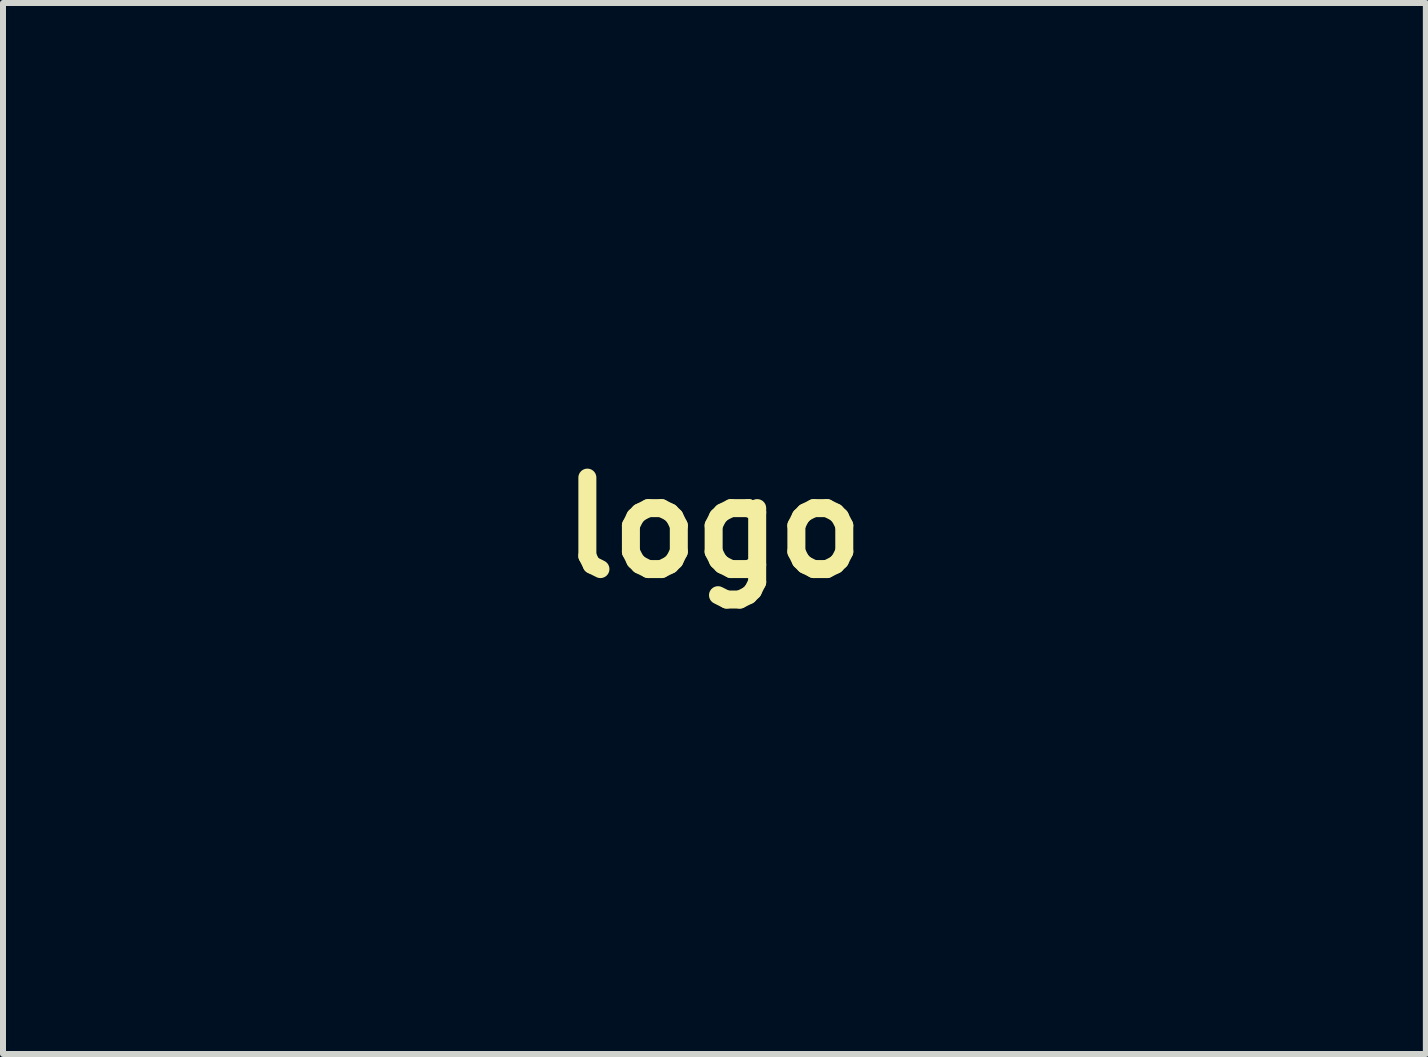
<source format=kicad_pcb>
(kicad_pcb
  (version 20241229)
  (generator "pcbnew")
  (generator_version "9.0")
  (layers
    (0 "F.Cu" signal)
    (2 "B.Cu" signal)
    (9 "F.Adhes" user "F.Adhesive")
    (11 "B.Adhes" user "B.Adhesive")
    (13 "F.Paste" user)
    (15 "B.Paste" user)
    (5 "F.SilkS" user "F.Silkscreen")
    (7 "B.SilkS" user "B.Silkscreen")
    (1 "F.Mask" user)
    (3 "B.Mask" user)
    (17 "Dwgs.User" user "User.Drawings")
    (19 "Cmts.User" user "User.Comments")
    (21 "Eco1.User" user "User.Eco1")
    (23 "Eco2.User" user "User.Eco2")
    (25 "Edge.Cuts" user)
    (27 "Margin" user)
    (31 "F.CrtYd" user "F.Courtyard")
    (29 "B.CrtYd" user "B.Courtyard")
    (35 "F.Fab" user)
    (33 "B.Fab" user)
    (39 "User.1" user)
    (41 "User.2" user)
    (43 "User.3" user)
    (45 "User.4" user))
  (footprint "logo"
    (layer "F.Cu")
    (at 8.844 5.745)
    (property "Reference" "logo" (at 0 0 0) (layer "F.SilkS") (effects (font (size 1.524 1.524) (thickness 0.3))))
    (attr through_hole)
    (fp_poly (pts (xy -2.292 -3.843) (xy -2.213 -3.792) (xy -2.155 -3.714) (xy -2.128 -3.617) (xy -2.137 -3.517) (xy -2.184 -3.422) (xy -2.261 -3.353) (xy -2.354 -3.315) (xy -2.451 -3.317) (xy -2.479 -3.326) (xy -2.565 -3.387) (xy -2.621 -3.477) (xy -2.643 -3.581) (xy -2.628 -3.686) (xy -2.575 -3.778) (xy -2.567 -3.787) (xy -2.478 -3.846) (xy -2.383 -3.863) (xy -2.292 -3.843)) (stroke (width 0.01) (type solid)) (fill yes) (layer "F.Mask"))
    (fp_poly (pts (xy -4.79 2.613) (xy -4.642 2.682) (xy -4.514 2.794) (xy -4.41 2.947) (xy -4.387 2.996) (xy -4.351 3.113) (xy -4.328 3.262) (xy -4.32 3.422) (xy -4.328 3.577) (xy -4.351 3.708) (xy -4.352 3.71) (xy -4.425 3.893) (xy -4.527 4.037) (xy -4.655 4.14) (xy -4.804 4.2) (xy -4.944 4.215) (xy -5.044 4.208) (xy -5.138 4.19) (xy -5.182 4.176) (xy -5.318 4.09) (xy -5.429 3.961) (xy -5.512 3.794) (xy -5.566 3.59) (xy -5.568 3.582) (xy -5.583 3.389) (xy -5.564 3.201) (xy -5.515 3.025) (xy -5.44 2.871) (xy -5.341 2.744) (xy -5.222 2.653) (xy -5.131 2.616) (xy -4.955 2.591) (xy -4.79 2.613)) (stroke (width 0.01) (type solid)) (fill yes) (layer "F.Mask"))
    (fp_poly (pts (xy 5.038 2.587) (xy 5.184 2.651) (xy 5.305 2.757) (xy 5.401 2.908) (xy 5.437 2.989) (xy 5.475 3.131) (xy 5.495 3.302) (xy 5.497 3.484) (xy 5.481 3.658) (xy 5.45 3.792) (xy 5.397 3.912) (xy 5.32 4.029) (xy 5.231 4.128) (xy 5.14 4.195) (xy 5.119 4.205) (xy 5.012 4.236) (xy 4.89 4.253) (xy 4.779 4.252) (xy 4.737 4.244) (xy 4.574 4.179) (xy 4.442 4.073) (xy 4.342 3.928) (xy 4.274 3.743) (xy 4.244 3.583) (xy 4.234 3.413) (xy 4.243 3.237) (xy 4.27 3.073) (xy 4.313 2.94) (xy 4.313 2.938) (xy 4.406 2.78) (xy 4.522 2.666) (xy 4.664 2.595) (xy 4.833 2.567) (xy 4.864 2.567) (xy 5.038 2.587)) (stroke (width 0.01) (type solid)) (fill yes) (layer "F.Mask"))
    (fp_poly (pts (xy -2.461 -3.187) (xy -2.348 -3.179) (xy -2.252 -3.167) (xy -2.186 -3.152) (xy -2.166 -3.142) (xy -2.156 -3.125) (xy -2.147 -3.093) (xy -2.141 -3.041) (xy -2.136 -2.964) (xy -2.133 -2.857) (xy -2.132 -2.716) (xy -2.131 -2.534) (xy -2.132 -2.307) (xy -2.132 -2.281) (xy -2.133 -2.08) (xy -2.132 -1.894) (xy -2.13 -1.73) (xy -2.128 -1.593) (xy -2.125 -1.491) (xy -2.122 -1.43) (xy -2.12 -1.416) (xy -2.099 -1.391) (xy -2.056 -1.383) (xy -1.982 -1.389) (xy -1.901 -1.394) (xy -1.849 -1.382) (xy -1.807 -1.349) (xy -1.762 -1.272) (xy -1.758 -1.181) (xy -1.797 -1.095) (xy -1.801 -1.089) (xy -1.83 -1.059) (xy -1.864 -1.042) (xy -1.916 -1.035) (xy -2 -1.036) (xy -2.049 -1.038) (xy -2.195 -1.045) (xy -2.303 -1.049) (xy -2.387 -1.049) (xy -2.461 -1.047) (xy -2.538 -1.041) (xy -2.618 -1.033) (xy -2.719 -1.024) (xy -2.785 -1.024) (xy -2.829 -1.035) (xy -2.866 -1.058) (xy -2.87 -1.062) (xy -2.917 -1.12) (xy -2.931 -1.202) (xy -2.931 -1.206) (xy -2.913 -1.302) (xy -2.858 -1.363) (xy -2.764 -1.391) (xy -2.681 -1.393) (xy -2.553 -1.384) (xy -2.553 -2.832) (xy -2.673 -2.825) (xy -2.792 -2.83) (xy -2.873 -2.865) (xy -2.921 -2.933) (xy -2.921 -2.934) (xy -2.93 -3.016) (xy -2.905 -3.098) (xy -2.854 -3.159) (xy -2.836 -3.169) (xy -2.78 -3.182) (xy -2.69 -3.189) (xy -2.58 -3.19) (xy -2.461 -3.187)) (stroke (width 0.01) (type solid)) (fill yes) (layer "F.Mask"))
    (fp_poly (pts (xy 3.579 -3.831) (xy 3.631 -3.814) (xy 3.666 -3.775) (xy 3.687 -3.708) (xy 3.698 -3.605) (xy 3.704 -3.469) (xy 3.713 -3.175) (xy 3.96 -3.175) (xy 4.096 -3.172) (xy 4.189 -3.161) (xy 4.25 -3.138) (xy 4.285 -3.1) (xy 4.305 -3.042) (xy 4.308 -3.023) (xy 4.308 -2.94) (xy 4.271 -2.869) (xy 4.268 -2.864) (xy 4.24 -2.832) (xy 4.211 -2.812) (xy 4.168 -2.8) (xy 4.101 -2.795) (xy 3.997 -2.794) (xy 3.961 -2.794) (xy 3.708 -2.794) (xy 3.708 -2.184) (xy 3.709 -1.964) (xy 3.713 -1.79) (xy 3.719 -1.655) (xy 3.73 -1.554) (xy 3.747 -1.481) (xy 3.769 -1.431) (xy 3.799 -1.398) (xy 3.837 -1.376) (xy 3.847 -1.372) (xy 3.937 -1.363) (xy 4.023 -1.397) (xy 4.064 -1.435) (xy 4.084 -1.486) (xy 4.101 -1.586) (xy 4.114 -1.729) (xy 4.116 -1.755) (xy 4.126 -1.889) (xy 4.138 -1.981) (xy 4.154 -2.041) (xy 4.176 -2.08) (xy 4.178 -2.083) (xy 4.247 -2.125) (xy 4.333 -2.132) (xy 4.415 -2.105) (xy 4.448 -2.079) (xy 4.472 -2.052) (xy 4.487 -2.019) (xy 4.494 -1.971) (xy 4.495 -1.896) (xy 4.491 -1.784) (xy 4.489 -1.756) (xy 4.466 -1.526) (xy 4.419 -1.341) (xy 4.348 -1.198) (xy 4.25 -1.094) (xy 4.124 -1.027) (xy 3.968 -0.994) (xy 3.88 -0.991) (xy 3.745 -1.001) (xy 3.634 -1.035) (xy 3.606 -1.048) (xy 3.483 -1.138) (xy 3.391 -1.267) (xy 3.349 -1.369) (xy 3.339 -1.425) (xy 3.33 -1.527) (xy 3.322 -1.67) (xy 3.315 -1.848) (xy 3.31 -2.058) (xy 3.309 -2.127) (xy 3.298 -2.794) (xy 3.209 -2.794) (xy 3.106 -2.808) (xy 3.038 -2.852) (xy 3.003 -2.916) (xy 2.992 -3.002) (xy 3.01 -3.065) (xy 3.05 -3.13) (xy 3.108 -3.164) (xy 3.199 -3.175) (xy 3.212 -3.175) (xy 3.295 -3.175) (xy 3.307 -3.454) (xy 3.316 -3.603) (xy 3.332 -3.708) (xy 3.359 -3.777) (xy 3.399 -3.816) (xy 3.457 -3.833) (xy 3.504 -3.835) (xy 3.579 -3.831)) (stroke (width 0.01) (type solid)) (fill yes) (layer "F.Mask"))
    (fp_poly (pts (xy 6.703 -3.185) (xy 6.803 -3.176) (xy 6.871 -3.16) (xy 6.913 -3.134) (xy 6.935 -3.098) (xy 6.944 -3.048) (xy 6.944 -3.013) (xy 6.929 -2.921) (xy 6.881 -2.864) (xy 6.795 -2.837) (xy 6.738 -2.833) (xy 6.618 -2.832) (xy 6.511 -2.54) (xy 6.471 -2.431) (xy 6.418 -2.285) (xy 6.356 -2.114) (xy 6.288 -1.928) (xy 6.22 -1.739) (xy 6.184 -1.638) (xy 6.088 -1.378) (xy 6.005 -1.16) (xy 5.932 -0.981) (xy 5.866 -0.833) (xy 5.804 -0.713) (xy 5.745 -0.614) (xy 5.685 -0.531) (xy 5.651 -0.491) (xy 5.511 -0.364) (xy 5.347 -0.273) (xy 5.171 -0.22) (xy 4.992 -0.209) (xy 4.88 -0.227) (xy 4.762 -0.277) (xy 4.647 -0.359) (xy 4.553 -0.458) (xy 4.528 -0.496) (xy 4.481 -0.619) (xy 4.475 -0.74) (xy 4.505 -0.85) (xy 4.567 -0.941) (xy 4.657 -1.003) (xy 4.771 -1.027) (xy 4.778 -1.028) (xy 4.88 -1.005) (xy 4.958 -0.947) (xy 5.006 -0.862) (xy 5.016 -0.764) (xy 4.991 -0.678) (xy 4.965 -0.624) (xy 4.953 -0.594) (xy 4.953 -0.593) (xy 4.976 -0.588) (xy 5.032 -0.584) (xy 5.059 -0.584) (xy 5.192 -0.608) (xy 5.312 -0.673) (xy 5.411 -0.771) (xy 5.481 -0.892) (xy 5.511 -1.027) (xy 5.512 -1.05) (xy 5.506 -1.103) (xy 5.488 -1.183) (xy 5.457 -1.294) (xy 5.411 -1.44) (xy 5.35 -1.625) (xy 5.272 -1.851) (xy 5.228 -1.975) (xy 5.16 -2.168) (xy 5.096 -2.346) (xy 5.039 -2.504) (xy 4.991 -2.635) (xy 4.954 -2.734) (xy 4.929 -2.796) (xy 4.921 -2.813) (xy 4.879 -2.832) (xy 4.796 -2.839) (xy 4.758 -2.838) (xy 4.671 -2.838) (xy 4.618 -2.85) (xy 4.585 -2.878) (xy 4.583 -2.881) (xy 4.554 -2.953) (xy 4.549 -3.038) (xy 4.57 -3.112) (xy 4.587 -3.135) (xy 4.601 -3.15) (xy 4.613 -3.162) (xy 4.631 -3.17) (xy 4.661 -3.176) (xy 4.71 -3.179) (xy 4.784 -3.181) (xy 4.892 -3.183) (xy 5.04 -3.184) (xy 5.142 -3.185) (xy 5.312 -3.186) (xy 5.439 -3.186) (xy 5.529 -3.183) (xy 5.59 -3.178) (xy 5.63 -3.169) (xy 5.656 -3.156) (xy 5.669 -3.144) (xy 5.701 -3.085) (xy 5.714 -3.005) (xy 5.707 -2.931) (xy 5.696 -2.906) (xy 5.634 -2.854) (xy 5.545 -2.829) (xy 5.468 -2.832) (xy 5.408 -2.839) (xy 5.388 -2.828) (xy 5.39 -2.815) (xy 5.401 -2.782) (xy 5.423 -2.707) (xy 5.456 -2.599) (xy 5.497 -2.463) (xy 5.543 -2.307) (xy 5.576 -2.197) (xy 5.632 -2.009) (xy 5.675 -1.864) (xy 5.708 -1.757) (xy 5.731 -1.682) (xy 5.748 -1.635) (xy 5.759 -1.609) (xy 5.768 -1.599) (xy 5.774 -1.601) (xy 5.779 -1.605) (xy 5.793 -1.635) (xy 5.82 -1.705) (xy 5.856 -1.806) (xy 5.9 -1.932) (xy 5.947 -2.072) (xy 5.997 -2.22) (xy 6.045 -2.367) (xy 6.089 -2.503) (xy 6.126 -2.622) (xy 6.154 -2.715) (xy 6.169 -2.773) (xy 6.172 -2.788) (xy 6.167 -2.821) (xy 6.146 -2.837) (xy 6.093 -2.841) (xy 6.043 -2.839) (xy 5.941 -2.846) (xy 5.878 -2.881) (xy 5.848 -2.95) (xy 5.842 -3.024) (xy 5.844 -3.078) (xy 5.856 -3.118) (xy 5.883 -3.147) (xy 5.931 -3.166) (xy 6.008 -3.178) (xy 6.118 -3.185) (xy 6.27 -3.188) (xy 6.381 -3.188) (xy 6.564 -3.189) (xy 6.703 -3.185)) (stroke (width 0.01) (type solid)) (fill yes) (layer "F.Mask"))
    (fp_poly (pts (xy 0.886 -3.929) (xy 0.916 -3.928) (xy 1.054 -3.924) (xy 1.148 -3.918) (xy 1.207 -3.908) (xy 1.239 -3.893) (xy 1.245 -3.886) (xy 1.254 -3.848) (xy 1.261 -3.769) (xy 1.266 -3.66) (xy 1.269 -3.531) (xy 1.27 -3.473) (xy 1.27 -3.342) (xy 1.273 -3.231) (xy 1.276 -3.149) (xy 1.28 -3.104) (xy 1.282 -3.099) (xy 1.308 -3.112) (xy 1.36 -3.144) (xy 1.384 -3.161) (xy 1.527 -3.229) (xy 1.692 -3.262) (xy 1.867 -3.26) (xy 2.038 -3.223) (xy 2.183 -3.156) (xy 2.291 -3.068) (xy 2.388 -2.949) (xy 2.463 -2.818) (xy 2.488 -2.748) (xy 2.496 -2.695) (xy 2.503 -2.6) (xy 2.509 -2.473) (xy 2.514 -2.322) (xy 2.517 -2.155) (xy 2.517 -2.095) (xy 2.519 -1.927) (xy 2.522 -1.772) (xy 2.526 -1.639) (xy 2.53 -1.536) (xy 2.535 -1.472) (xy 2.537 -1.46) (xy 2.552 -1.413) (xy 2.578 -1.393) (xy 2.632 -1.39) (xy 2.663 -1.393) (xy 2.777 -1.386) (xy 2.853 -1.346) (xy 2.891 -1.273) (xy 2.895 -1.225) (xy 2.892 -1.161) (xy 2.879 -1.113) (xy 2.85 -1.077) (xy 2.799 -1.053) (xy 2.72 -1.038) (xy 2.607 -1.031) (xy 2.454 -1.029) (xy 2.301 -1.03) (xy 1.845 -1.034) (xy 1.786 -1.103) (xy 1.737 -1.179) (xy 1.735 -1.25) (xy 1.778 -1.328) (xy 1.782 -1.333) (xy 1.819 -1.374) (xy 1.856 -1.392) (xy 1.914 -1.393) (xy 1.972 -1.387) (xy 2.106 -1.371) (xy 2.122 -1.457) (xy 2.126 -1.508) (xy 2.129 -1.6) (xy 2.131 -1.726) (xy 2.131 -1.875) (xy 2.13 -2.039) (xy 2.129 -2.086) (xy 2.125 -2.284) (xy 2.12 -2.439) (xy 2.111 -2.557) (xy 2.097 -2.645) (xy 2.077 -2.711) (xy 2.049 -2.762) (xy 2.011 -2.804) (xy 1.966 -2.843) (xy 1.909 -2.875) (xy 1.835 -2.892) (xy 1.74 -2.896) (xy 1.593 -2.879) (xy 1.478 -2.828) (xy 1.392 -2.74) (xy 1.332 -2.611) (xy 1.297 -2.45) (xy 1.288 -2.363) (xy 1.281 -2.245) (xy 1.275 -2.105) (xy 1.272 -1.955) (xy 1.271 -1.804) (xy 1.272 -1.665) (xy 1.275 -1.547) (xy 1.281 -1.462) (xy 1.287 -1.427) (xy 1.301 -1.392) (xy 1.328 -1.377) (xy 1.384 -1.379) (xy 1.421 -1.384) (xy 1.533 -1.384) (xy 1.611 -1.348) (xy 1.652 -1.276) (xy 1.659 -1.207) (xy 1.655 -1.15) (xy 1.644 -1.108) (xy 1.62 -1.077) (xy 1.575 -1.056) (xy 1.504 -1.042) (xy 1.401 -1.035) (xy 1.259 -1.031) (xy 1.087 -1.03) (xy 0.917 -1.03) (xy 0.791 -1.03) (xy 0.701 -1.033) (xy 0.639 -1.038) (xy 0.597 -1.046) (xy 0.569 -1.059) (xy 0.547 -1.077) (xy 0.54 -1.084) (xy 0.493 -1.163) (xy 0.486 -1.254) (xy 0.519 -1.335) (xy 0.552 -1.365) (xy 0.606 -1.38) (xy 0.696 -1.384) (xy 0.703 -1.384) (xy 0.851 -1.385) (xy 0.867 -1.575) (xy 0.871 -1.661) (xy 0.875 -1.788) (xy 0.878 -1.946) (xy 0.881 -2.127) (xy 0.882 -2.323) (xy 0.882 -2.526) (xy 0.882 -2.728) (xy 0.881 -2.919) (xy 0.879 -3.093) (xy 0.876 -3.24) (xy 0.872 -3.352) (xy 0.867 -3.416) (xy 0.851 -3.569) (xy 0.749 -3.571) (xy 0.673 -3.574) (xy 0.613 -3.577) (xy 0.605 -3.577) (xy 0.539 -3.605) (xy 0.497 -3.664) (xy 0.482 -3.74) (xy 0.497 -3.817) (xy 0.545 -3.881) (xy 0.547 -3.882) (xy 0.58 -3.904) (xy 0.62 -3.918) (xy 0.677 -3.926) (xy 0.762 -3.929) (xy 0.886 -3.929)) (stroke (width 0.01) (type solid)) (fill yes) (layer "F.Mask"))
    (fp_poly (pts (xy 0.11 -3.615) (xy 0.227 -3.576) (xy 0.264 -3.555) (xy 0.363 -3.464) (xy 0.417 -3.356) (xy 0.432 -3.238) (xy 0.426 -3.156) (xy 0.4 -3.095) (xy 0.345 -3.033) (xy 0.256 -2.966) (xy 0.173 -2.949) (xy 0.093 -2.982) (xy 0.062 -3.009) (xy 0.019 -3.076) (xy -0.000404 -3.158) (xy 0.007 -3.232) (xy 0.028 -3.269) (xy 0.037 -3.295) (xy 0.001 -3.314) (xy -0.067 -3.312) (xy -0.124 -3.264) (xy -0.155 -3.206) (xy -0.163 -3.162) (xy -0.147 -3.117) (xy -0.1 -3.054) (xy -0.091 -3.043) (xy -0.000374 -2.923) (xy 0.056 -2.805) (xy 0.087 -2.671) (xy 0.097 -2.559) (xy 0.1 -2.45) (xy 0.094 -2.371) (xy 0.075 -2.302) (xy 0.039 -2.223) (xy -0.061 -2.071) (xy -0.195 -1.95) (xy -0.352 -1.868) (xy -0.362 -1.865) (xy -0.502 -1.837) (xy -0.666 -1.834) (xy -0.834 -1.854) (xy -0.986 -1.896) (xy -1.009 -1.905) (xy -1.11 -1.938) (xy -1.176 -1.936) (xy -1.212 -1.896) (xy -1.219 -1.842) (xy -1.212 -1.79) (xy -1.187 -1.75) (xy -1.138 -1.721) (xy -1.058 -1.7) (xy -0.941 -1.686) (xy -0.781 -1.675) (xy -0.741 -1.673) (xy -0.52 -1.658) (xy -0.34 -1.634) (xy -0.195 -1.601) (xy -0.076 -1.554) (xy 0.027 -1.493) (xy 0.086 -1.445) (xy 0.196 -1.333) (xy 0.264 -1.223) (xy 0.297 -1.099) (xy 0.301 -0.95) (xy 0.292 -0.842) (xy 0.275 -0.765) (xy 0.243 -0.699) (xy 0.215 -0.656) (xy 0.091 -0.52) (xy -0.068 -0.418) (xy -0.263 -0.349) (xy -0.495 -0.313) (xy -0.678 -0.307) (xy -0.803 -0.311) (xy -0.925 -0.321) (xy -1.024 -0.334) (xy -1.054 -0.341) (xy -1.248 -0.408) (xy -1.404 -0.505) (xy -1.521 -0.627) (xy -1.595 -0.772) (xy -1.625 -0.938) (xy -1.625 -0.957) (xy -1.62 -1.024) (xy -1.214 -1.024) (xy -1.212 -0.924) (xy -1.18 -0.844) (xy -1.098 -0.768) (xy -0.977 -0.712) (xy -0.827 -0.678) (xy -0.657 -0.668) (xy -0.477 -0.685) (xy -0.313 -0.724) (xy -0.194 -0.781) (xy -0.12 -0.854) (xy -0.113 -0.866) (xy -0.079 -0.971) (xy -0.094 -1.066) (xy -0.142 -1.141) (xy -0.23 -1.211) (xy -0.352 -1.259) (xy -0.496 -1.287) (xy -0.652 -1.295) (xy -0.809 -1.283) (xy -0.954 -1.251) (xy -1.076 -1.2) (xy -1.165 -1.13) (xy -1.179 -1.112) (xy -1.214 -1.024) (xy -1.62 -1.024) (xy -1.616 -1.087) (xy -1.582 -1.191) (xy -1.514 -1.288) (xy -1.47 -1.336) (xy -1.369 -1.44) (xy -1.457 -1.528) (xy -1.542 -1.646) (xy -1.584 -1.777) (xy -1.583 -1.911) (xy -1.539 -2.039) (xy -1.454 -2.151) (xy -1.393 -2.2) (xy -1.342 -2.248) (xy -1.337 -2.286) (xy -1.381 -2.45) (xy -1.382 -2.564) (xy -0.987 -2.564) (xy -0.977 -2.451) (xy -0.935 -2.346) (xy -0.862 -2.26) (xy -0.759 -2.205) (xy -0.748 -2.202) (xy -0.667 -2.195) (xy -0.568 -2.206) (xy -0.476 -2.231) (xy -0.439 -2.25) (xy -0.352 -2.335) (xy -0.3 -2.445) (xy -0.288 -2.566) (xy -0.318 -2.684) (xy -0.323 -2.692) (xy -0.403 -2.798) (xy -0.509 -2.866) (xy -0.629 -2.892) (xy -0.755 -2.874) (xy -0.811 -2.849) (xy -0.905 -2.774) (xy -0.963 -2.675) (xy -0.987 -2.564) (xy -1.382 -2.564) (xy -1.382 -2.623) (xy -1.344 -2.794) (xy -1.27 -2.95) (xy -1.163 -3.081) (xy -1.098 -3.133) (xy -0.995 -3.188) (xy -0.868 -3.232) (xy -0.736 -3.26) (xy -0.621 -3.268) (xy -0.585 -3.264) (xy -0.521 -3.256) (xy -0.49 -3.268) (xy -0.474 -3.31) (xy -0.47 -3.328) (xy -0.431 -3.414) (xy -0.359 -3.501) (xy -0.271 -3.573) (xy -0.182 -3.617) (xy -0.165 -3.621) (xy -0.028 -3.631) (xy 0.11 -3.615)) (stroke (width 0.01) (type solid)) (fill yes) (layer "F.Mask"))
    (fp_poly (pts (xy -3.996 -3.929) (xy -3.917 -3.92) (xy -3.777 -3.908) (xy -3.646 -3.906) (xy -3.556 -3.913) (xy -3.396 -3.931) (xy -3.278 -3.929) (xy -3.198 -3.906) (xy -3.149 -3.859) (xy -3.127 -3.786) (xy -3.124 -3.734) (xy -3.138 -3.648) (xy -3.183 -3.593) (xy -3.265 -3.564) (xy -3.387 -3.56) (xy -3.394 -3.561) (xy -3.478 -3.563) (xy -3.527 -3.556) (xy -3.556 -3.535) (xy -3.573 -3.505) (xy -3.582 -3.463) (xy -3.589 -3.378) (xy -3.595 -3.256) (xy -3.6 -3.104) (xy -3.604 -2.929) (xy -3.607 -2.738) (xy -3.608 -2.539) (xy -3.608 -2.338) (xy -3.607 -2.142) (xy -3.605 -1.959) (xy -3.601 -1.795) (xy -3.596 -1.657) (xy -3.59 -1.552) (xy -3.582 -1.488) (xy -3.579 -1.477) (xy -3.562 -1.435) (xy -3.539 -1.411) (xy -3.498 -1.4) (xy -3.425 -1.397) (xy -3.38 -1.397) (xy -3.278 -1.394) (xy -3.213 -1.381) (xy -3.173 -1.357) (xy -3.166 -1.351) (xy -3.131 -1.278) (xy -3.126 -1.188) (xy -3.15 -1.103) (xy -3.179 -1.063) (xy -3.207 -1.038) (xy -3.239 -1.024) (xy -3.286 -1.018) (xy -3.36 -1.021) (xy -3.472 -1.03) (xy -3.477 -1.03) (xy -3.661 -1.044) (xy -3.811 -1.051) (xy -3.945 -1.05) (xy -4.08 -1.041) (xy -4.17 -1.032) (xy -4.27 -1.022) (xy -4.333 -1.02) (xy -4.374 -1.03) (xy -4.407 -1.053) (xy -4.431 -1.076) (xy -4.485 -1.158) (xy -4.489 -1.243) (xy -4.443 -1.324) (xy -4.433 -1.335) (xy -4.385 -1.373) (xy -4.326 -1.392) (xy -4.237 -1.397) (xy -4.231 -1.397) (xy -4.146 -1.4) (xy -4.096 -1.413) (xy -4.066 -1.442) (xy -4.059 -1.454) (xy -4.049 -1.484) (xy -4.041 -1.54) (xy -4.035 -1.627) (xy -4.03 -1.748) (xy -4.026 -1.907) (xy -4.023 -2.109) (xy -4.021 -2.357) (xy -4.021 -2.388) (xy -4.02 -2.592) (xy -4.02 -2.777) (xy -4.02 -2.939) (xy -4.021 -3.072) (xy -4.022 -3.169) (xy -4.024 -3.226) (xy -4.026 -3.239) (xy -4.035 -3.209) (xy -4.057 -3.137) (xy -4.089 -3.026) (xy -4.131 -2.881) (xy -4.182 -2.709) (xy -4.238 -2.514) (xy -4.3 -2.301) (xy -4.333 -2.184) (xy -4.398 -1.963) (xy -4.459 -1.756) (xy -4.515 -1.567) (xy -4.565 -1.404) (xy -4.607 -1.27) (xy -4.639 -1.172) (xy -4.659 -1.114) (xy -4.665 -1.102) (xy -4.737 -1.036) (xy -4.836 -0.999) (xy -4.946 -0.996) (xy -5.017 -1.015) (xy -5.075 -1.049) (xy -5.1 -1.073) (xy -5.113 -1.104) (xy -5.139 -1.18) (xy -5.175 -1.293) (xy -5.219 -1.44) (xy -5.272 -1.615) (xy -5.33 -1.812) (xy -5.392 -2.027) (xy -5.427 -2.149) (xy -5.49 -2.37) (xy -5.55 -2.576) (xy -5.604 -2.762) (xy -5.652 -2.922) (xy -5.691 -3.052) (xy -5.72 -3.147) (xy -5.738 -3.2) (xy -5.743 -3.21) (xy -5.748 -3.193) (xy -5.751 -3.131) (xy -5.753 -3.032) (xy -5.753 -2.903) (xy -5.753 -2.75) (xy -5.751 -2.581) (xy -5.748 -2.403) (xy -5.745 -2.222) (xy -5.741 -2.045) (xy -5.736 -1.879) (xy -5.731 -1.731) (xy -5.726 -1.608) (xy -5.72 -1.516) (xy -5.714 -1.463) (xy -5.712 -1.455) (xy -5.693 -1.422) (xy -5.659 -1.406) (xy -5.595 -1.401) (xy -5.557 -1.402) (xy -5.437 -1.396) (xy -5.357 -1.367) (xy -5.311 -1.311) (xy -5.294 -1.257) (xy -5.297 -1.159) (xy -5.337 -1.08) (xy -5.41 -1.03) (xy -5.424 -1.026) (xy -5.479 -1.022) (xy -5.567 -1.027) (xy -5.671 -1.039) (xy -5.693 -1.042) (xy -5.978 -1.061) (xy -6.105 -1.054) (xy -6.27 -1.039) (xy -6.393 -1.032) (xy -6.48 -1.033) (xy -6.538 -1.042) (xy -6.575 -1.06) (xy -6.594 -1.078) (xy -6.625 -1.159) (xy -6.624 -1.251) (xy -6.591 -1.331) (xy -6.576 -1.348) (xy -6.53 -1.382) (xy -6.467 -1.396) (xy -6.392 -1.396) (xy -6.311 -1.394) (xy -6.25 -1.393) (xy -6.232 -1.394) (xy -6.211 -1.403) (xy -6.193 -1.427) (xy -6.179 -1.47) (xy -6.168 -1.537) (xy -6.16 -1.633) (xy -6.154 -1.761) (xy -6.15 -1.925) (xy -6.148 -2.13) (xy -6.147 -2.38) (xy -6.147 -2.481) (xy -6.147 -2.732) (xy -6.148 -2.936) (xy -6.15 -3.101) (xy -6.153 -3.229) (xy -6.158 -3.327) (xy -6.164 -3.399) (xy -6.172 -3.451) (xy -6.181 -3.487) (xy -6.185 -3.496) (xy -6.223 -3.587) (xy -6.364 -3.57) (xy -6.486 -3.565) (xy -6.569 -3.59) (xy -6.616 -3.646) (xy -6.629 -3.73) (xy -6.628 -3.793) (xy -6.619 -3.841) (xy -6.596 -3.875) (xy -6.554 -3.899) (xy -6.485 -3.913) (xy -6.384 -3.921) (xy -6.244 -3.925) (xy -6.079 -3.926) (xy -5.926 -3.926) (xy -5.788 -3.924) (xy -5.675 -3.92) (xy -5.595 -3.914) (xy -5.557 -3.907) (xy -5.509 -3.867) (xy -5.485 -3.833) (xy -5.472 -3.797) (xy -5.448 -3.719) (xy -5.413 -3.602) (xy -5.37 -3.452) (xy -5.32 -3.274) (xy -5.264 -3.074) (xy -5.204 -2.858) (xy -5.171 -2.737) (xy -5.11 -2.517) (xy -5.053 -2.314) (xy -5.001 -2.133) (xy -4.956 -1.978) (xy -4.919 -1.855) (xy -4.892 -1.768) (xy -4.875 -1.722) (xy -4.871 -1.717) (xy -4.862 -1.745) (xy -4.84 -1.818) (xy -4.807 -1.929) (xy -4.766 -2.073) (xy -4.717 -2.245) (xy -4.662 -2.44) (xy -4.602 -2.652) (xy -4.573 -2.755) (xy -4.511 -2.974) (xy -4.453 -3.179) (xy -4.4 -3.364) (xy -4.354 -3.524) (xy -4.316 -3.654) (xy -4.288 -3.748) (xy -4.271 -3.8) (xy -4.268 -3.809) (xy -4.233 -3.856) (xy -4.192 -3.898) (xy -4.162 -3.921) (xy -4.128 -3.933) (xy -4.076 -3.936) (xy -3.996 -3.929)) (stroke (width 0.01) (type solid)) (fill yes) (layer "F.Mask"))
    (fp_poly (pts (xy 8.865 5.766) (xy -8.839 5.766) (xy -8.839 3.416) (xy -6.208 3.416) (xy -6.194 3.684) (xy -6.153 3.914) (xy -6.084 4.113) (xy -5.983 4.29) (xy -5.872 4.425) (xy -5.71 4.57) (xy -5.534 4.67) (xy -5.337 4.726) (xy -5.114 4.742) (xy -5.065 4.74) (xy -4.921 4.727) (xy -4.802 4.699) (xy -4.702 4.66) (xy -4.538 4.563) (xy -4.419 4.452) (xy -4.293 4.314) (xy -4.293 4.724) (xy -3.708 4.724) (xy -3.708 2.083) (xy -3.15 2.083) (xy -3.15 3.043) (xy -3.149 3.312) (xy -3.148 3.535) (xy -3.145 3.718) (xy -3.14 3.866) (xy -3.132 3.985) (xy -3.121 4.081) (xy -3.106 4.158) (xy -3.086 4.222) (xy -3.061 4.279) (xy -3.031 4.334) (xy -3.01 4.369) (xy -2.898 4.504) (xy -2.753 4.617) (xy -2.591 4.696) (xy -2.579 4.7) (xy -2.452 4.728) (xy -2.3 4.741) (xy -2.14 4.74) (xy -1.99 4.725) (xy -1.867 4.696) (xy -1.841 4.687) (xy -1.672 4.59) (xy -1.539 4.459) (xy -1.496 4.399) (xy -1.422 4.283) (xy -1.422 4.724) (xy -0.838 4.724) (xy -0.838 2.083) (xy -0.279 2.083) (xy -0.279 4.724) (xy 0.33 4.724) (xy 0.33 2.083) (xy 0.864 2.083) (xy 0.864 4.724) (xy 1.499 4.724) (xy 1.499 3.895) (xy 1.499 3.649) (xy 1.5 3.447) (xy 1.504 3.285) (xy 1.51 3.156) (xy 1.519 3.056) (xy 1.532 2.978) (xy 1.549 2.917) (xy 1.572 2.866) (xy 1.601 2.822) (xy 1.634 2.779) (xy 1.746 2.681) (xy 1.885 2.617) (xy 2.038 2.591) (xy 2.194 2.604) (xy 2.299 2.639) (xy 2.397 2.695) (xy 2.468 2.767) (xy 2.527 2.872) (xy 2.533 2.884) (xy 2.545 2.916) (xy 2.555 2.956) (xy 2.563 3.008) (xy 2.569 3.08) (xy 2.574 3.175) (xy 2.578 3.3) (xy 2.581 3.461) (xy 2.584 3.662) (xy 2.586 3.854) (xy 2.594 4.724) (xy 3.204 4.724) (xy 3.195 3.74) (xy 3.192 3.492) (xy 3.613 3.492) (xy 3.622 3.646) (xy 3.636 3.765) (xy 3.656 3.864) (xy 3.686 3.96) (xy 3.691 3.972) (xy 3.799 4.202) (xy 3.94 4.393) (xy 4.113 4.544) (xy 4.318 4.656) (xy 4.476 4.71) (xy 4.601 4.733) (xy 4.756 4.745) (xy 4.924 4.746) (xy 5.084 4.737) (xy 5.218 4.717) (xy 5.24 4.712) (xy 5.471 4.628) (xy 5.671 4.504) (xy 5.837 4.343) (xy 5.968 4.145) (xy 6.064 3.912) (xy 6.083 3.845) (xy 6.105 3.72) (xy 6.118 3.563) (xy 6.121 3.389) (xy 6.115 3.217) (xy 6.1 3.063) (xy 6.081 2.963) (xy 5.996 2.722) (xy 5.874 2.516) (xy 5.718 2.346) (xy 5.529 2.214) (xy 5.31 2.121) (xy 5.064 2.069) (xy 4.872 2.058) (xy 4.612 2.076) (xy 4.383 2.132) (xy 4.181 2.227) (xy 4.001 2.364) (xy 3.994 2.371) (xy 3.843 2.542) (xy 3.731 2.736) (xy 3.656 2.957) (xy 3.617 3.208) (xy 3.613 3.492) (xy 3.192 3.492) (xy 3.192 3.486) (xy 3.19 3.277) (xy 3.186 3.109) (xy 3.183 2.975) (xy 3.178 2.87) (xy 3.172 2.79) (xy 3.165 2.729) (xy 3.156 2.681) (xy 3.145 2.641) (xy 3.139 2.625) (xy 3.049 2.44) (xy 2.922 2.29) (xy 2.758 2.173) (xy 2.733 2.16) (xy 2.651 2.119) (xy 2.584 2.093) (xy 2.517 2.079) (xy 2.433 2.073) (xy 2.316 2.071) (xy 2.303 2.071) (xy 2.118 2.077) (xy 1.971 2.099) (xy 1.848 2.141) (xy 1.738 2.209) (xy 1.628 2.305) (xy 1.619 2.313) (xy 1.473 2.46) (xy 1.473 2.083) (xy 0.864 2.083) (xy 0.33 2.083) (xy -0.279 2.083) (xy -0.838 2.083) (xy -1.445 2.083) (xy -1.453 2.927) (xy -1.455 3.158) (xy -1.457 3.343) (xy -1.46 3.49) (xy -1.464 3.603) (xy -1.469 3.689) (xy -1.475 3.753) (xy -1.484 3.801) (xy -1.495 3.84) (xy -1.508 3.875) (xy -1.516 3.892) (xy -1.606 4.037) (xy -1.721 4.139) (xy -1.864 4.198) (xy -2.029 4.216) (xy -2.196 4.196) (xy -2.331 4.137) (xy -2.435 4.038) (xy -2.507 3.9) (xy -2.511 3.889) (xy -2.52 3.835) (xy -2.528 3.736) (xy -2.533 3.589) (xy -2.537 3.394) (xy -2.54 3.15) (xy -2.54 2.943) (xy -2.54 2.083) (xy -3.15 2.083) (xy -3.708 2.083) (xy -3.708 1.448) (xy -0.318 1.448) (xy -0.315 1.537) (xy -0.304 1.594) (xy -0.275 1.639) (xy -0.223 1.691) (xy -0.16 1.742) (xy -0.104 1.768) (xy -0.031 1.777) (xy 0.015 1.778) (xy 0.102 1.775) (xy 0.16 1.759) (xy 0.213 1.722) (xy 0.257 1.679) (xy 0.315 1.616) (xy 0.345 1.562) (xy 0.355 1.496) (xy 0.356 1.448) (xy 0.352 1.365) (xy 0.334 1.308) (xy 0.292 1.252) (xy 0.257 1.216) (xy 0.195 1.159) (xy 0.143 1.129) (xy 0.078 1.119) (xy 0.015 1.118) (xy -0.073 1.121) (xy -0.135 1.138) (xy -0.191 1.177) (xy -0.223 1.205) (xy -0.275 1.257) (xy -0.304 1.302) (xy -0.315 1.359) (xy -0.318 1.448) (xy -3.708 1.448) (xy -3.708 1.092) (xy -4.318 1.092) (xy -4.318 1.795) (xy -4.318 2.497) (xy -4.394 2.392) (xy -4.517 2.263) (xy -4.674 2.165) (xy -4.854 2.1) (xy -5.05 2.068) (xy -5.252 2.073) (xy -5.452 2.115) (xy -5.582 2.165) (xy -5.74 2.263) (xy -5.885 2.399) (xy -6.006 2.56) (xy -6.056 2.651) (xy -6.121 2.803) (xy -6.166 2.944) (xy -6.193 3.091) (xy -6.206 3.26) (xy -6.208 3.416) (xy -8.839 3.416) (xy -8.839 -5.08) (xy -8.179 -5.08) (xy -8.179 0.381) (xy 8.204 0.381) (xy 8.204 -5.08) (xy -8.179 -5.08) (xy -8.839 -5.08) (xy -8.839 -5.74) (xy 8.865 -5.74) (xy 8.865 5.766)) (stroke (width 0.01) (type solid)) (fill yes) (layer "F.Mask")))
  (gr_rect
    (start -3 -3)
    (end 20.714 14.516)
    (stroke (width 0.1) (type default))
    (fill no)
    (layer "Edge.Cuts")))
</source>
